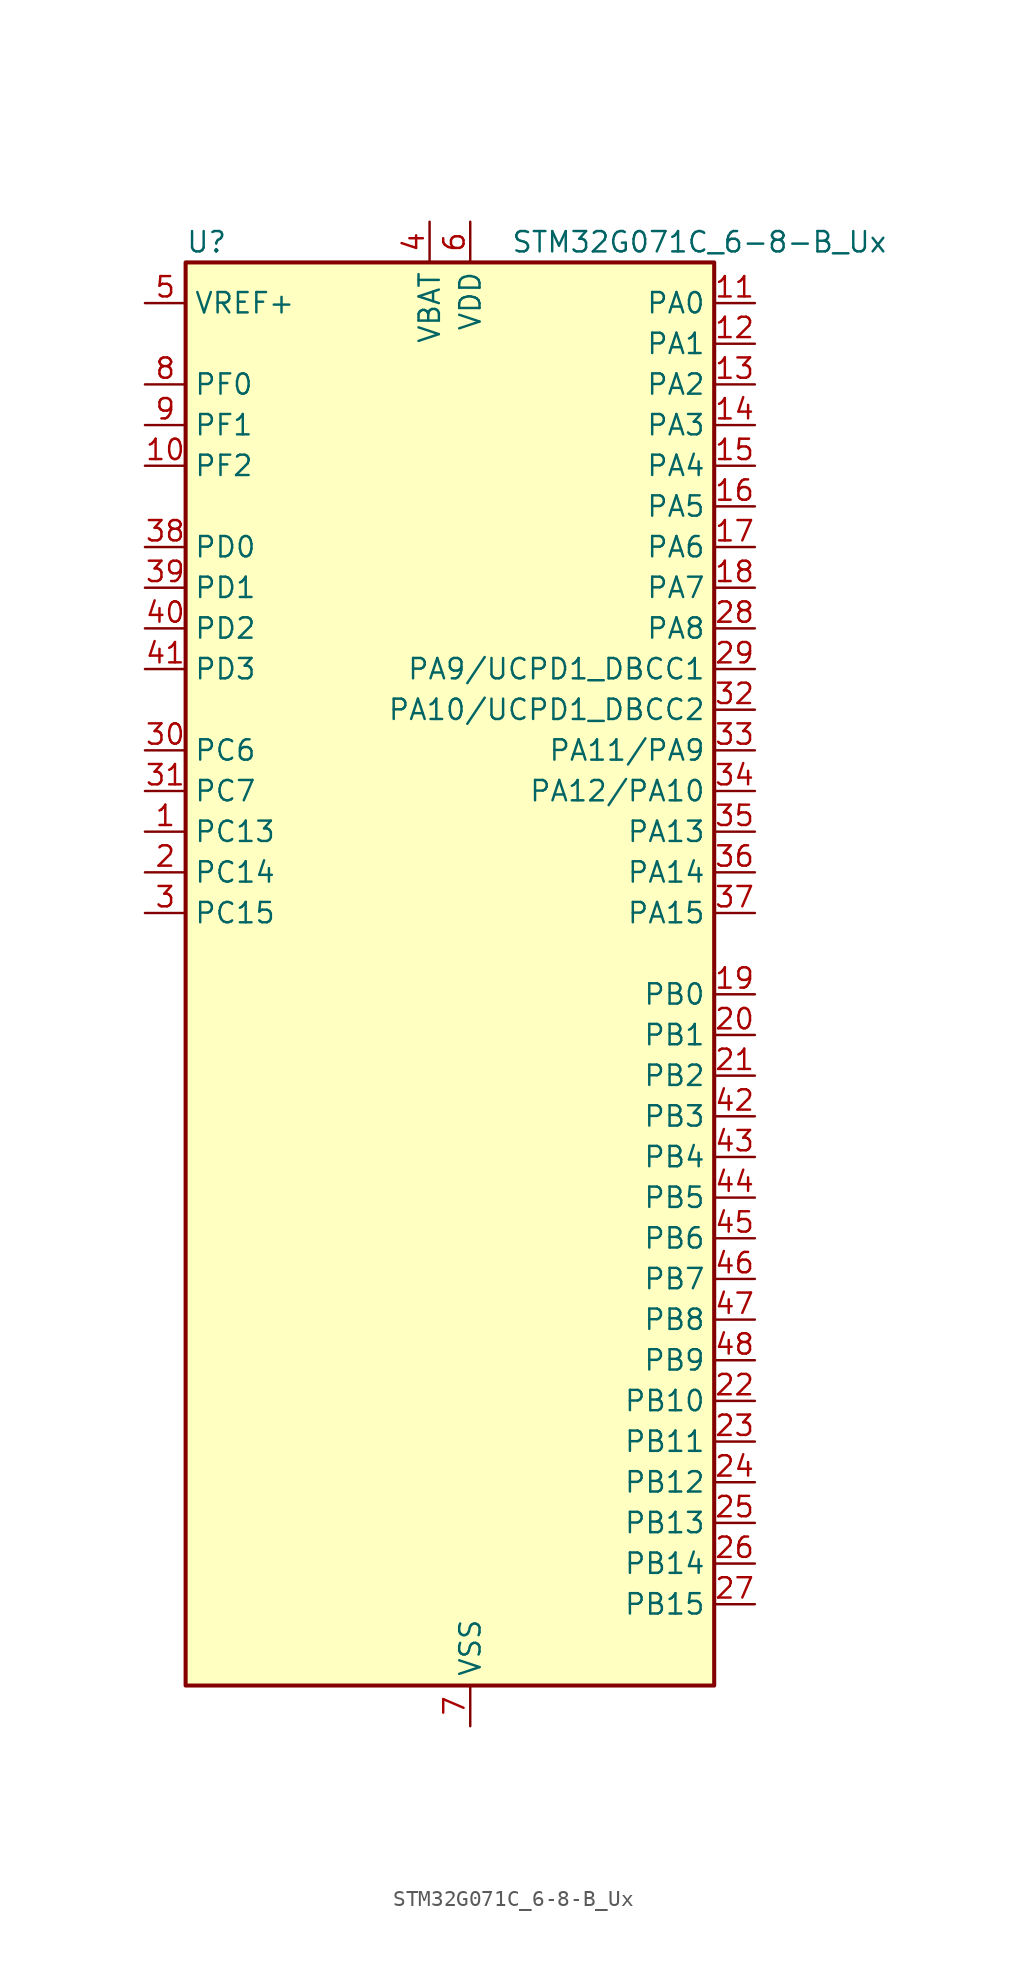
<source format=kicad_sym>
(kicad_symbol_lib
  (version 20211014)
  (generator kicad-library-utils)
  (symbol "STM32G071C_6-8-B_Ux"
    (property "Reference" "U"
      (at -15.24 46.99 0)
      (effects (font (size 1.27 1.27)) (justify left)))
    (property "Value" "STM32G071C_6-8-B_Ux"
      (at 5.08 46.99 0)
      (effects (font (size 1.27 1.27)) (justify left)))
    (property "ki_fp_filters" "QFN*1EP*7x7mm*P0.5mm*"
      (at 0.0 0.0 0.0)
      (effects (font (size 1.27 1.27))))
    (symbol "STM32G071C_6-8-B_Ux_0_1"
      (rectangle (start -15.24 -43.18) (end 17.78 45.72) (stroke (width 0.254)) (fill (type background))))
    (symbol "STM32G071C_6-8-B_Ux_1_1"
      (pin input line (at -17.78 43.18 0) (length 2.54) (name "VREF+" (effects (font (size 1.27 1.27)))) (number "5" (effects (font (size 1.27 1.27)))) (alternate "VREFBUF_OUT" bidirectional line))
      (pin bidirectional line (at -17.78 38.1 0) (length 2.54) (name "PF0" (effects (font (size 1.27 1.27)))) (number "8" (effects (font (size 1.27 1.27)))) (alternate "RCC_OSC_IN" bidirectional line) (alternate "TIM14_CH1" bidirectional line))
      (pin bidirectional line (at -17.78 35.56 0) (length 2.54) (name "PF1" (effects (font (size 1.27 1.27)))) (number "9" (effects (font (size 1.27 1.27)))) (alternate "RCC_OSC_EN" bidirectional line) (alternate "RCC_OSC_OUT" bidirectional line) (alternate "TIM15_CH1N" bidirectional line))
      (pin bidirectional line (at -17.78 33.02 0) (length 2.54) (name "PF2" (effects (font (size 1.27 1.27)))) (number "10" (effects (font (size 1.27 1.27)))) (alternate "RCC_MCO" bidirectional line))
      (pin bidirectional line (at -17.78 27.94 0) (length 2.54) (name "PD0" (effects (font (size 1.27 1.27)))) (number "38" (effects (font (size 1.27 1.27)))) (alternate "SPI2_NSS" bidirectional line) (alternate "TIM16_CH1" bidirectional line) (alternate "UCPD2_CC1" bidirectional line))
      (pin bidirectional line (at -17.78 25.4 0) (length 2.54) (name "PD1" (effects (font (size 1.27 1.27)))) (number "39" (effects (font (size 1.27 1.27)))) (alternate "SPI2_SCK" bidirectional line) (alternate "TIM17_CH1" bidirectional line) (alternate "UCPD2_DBCC1" bidirectional line))
      (pin bidirectional line (at -17.78 22.86 0) (length 2.54) (name "PD2" (effects (font (size 1.27 1.27)))) (number "40" (effects (font (size 1.27 1.27)))) (alternate "TIM1_CH1N" bidirectional line) (alternate "TIM3_ETR" bidirectional line) (alternate "UCPD2_CC2" bidirectional line) (alternate "USART3_CK" bidirectional line) (alternate "USART3_DE" bidirectional line) (alternate "USART3_RTS" bidirectional line))
      (pin bidirectional line (at -17.78 20.32 0) (length 2.54) (name "PD3" (effects (font (size 1.27 1.27)))) (number "41" (effects (font (size 1.27 1.27)))) (alternate "SPI2_MISO" bidirectional line) (alternate "TIM1_CH2N" bidirectional line) (alternate "UCPD2_DBCC2" bidirectional line) (alternate "USART2_CTS" bidirectional line) (alternate "USART2_NSS" bidirectional line))
      (pin bidirectional line (at -17.78 15.24 0) (length 2.54) (name "PC6" (effects (font (size 1.27 1.27)))) (number "30" (effects (font (size 1.27 1.27)))) (alternate "TIM2_CH3" bidirectional line) (alternate "TIM3_CH1" bidirectional line) (alternate "UCPD1_FRSTX1" bidirectional line) (alternate "UCPD1_FRSTX2" bidirectional line))
      (pin bidirectional line (at -17.78 12.7 0) (length 2.54) (name "PC7" (effects (font (size 1.27 1.27)))) (number "31" (effects (font (size 1.27 1.27)))) (alternate "TIM2_CH4" bidirectional line) (alternate "TIM3_CH2" bidirectional line) (alternate "UCPD2_FRSTX1" bidirectional line) (alternate "UCPD2_FRSTX2" bidirectional line))
      (pin bidirectional line (at -17.78 10.16 0) (length 2.54) (name "PC13" (effects (font (size 1.27 1.27)))) (number "1" (effects (font (size 1.27 1.27)))) (alternate "RTC_OUT_ALARM" bidirectional line) (alternate "RTC_OUT_CALIB" bidirectional line) (alternate "RTC_TAMP_IN1" bidirectional line) (alternate "RTC_TS" bidirectional line) (alternate "SYS_WKUP2" bidirectional line) (alternate "TIM1_BK" bidirectional line))
      (pin bidirectional line (at -17.78 7.62 0) (length 2.54) (name "PC14" (effects (font (size 1.27 1.27)))) (number "2" (effects (font (size 1.27 1.27)))) (alternate "RCC_OSC32_IN" bidirectional line) (alternate "TIM1_BK2" bidirectional line))
      (pin bidirectional line (at -17.78 5.08 0) (length 2.54) (name "PC15" (effects (font (size 1.27 1.27)))) (number "3" (effects (font (size 1.27 1.27)))) (alternate "RCC_OSC32_EN" bidirectional line) (alternate "RCC_OSC32_OUT" bidirectional line) (alternate "RCC_OSC_EN" bidirectional line) (alternate "TIM15_BK" bidirectional line))
      (pin bidirectional line (at 20.32 43.18 180) (length 2.54) (name "PA0" (effects (font (size 1.27 1.27)))) (number "11" (effects (font (size 1.27 1.27)))) (alternate "ADC1_IN0" bidirectional line) (alternate "COMP1_INM" bidirectional line) (alternate "COMP1_OUT" bidirectional line) (alternate "LPTIM1_OUT" bidirectional line) (alternate "RTC_TAMP_IN2" bidirectional line) (alternate "SPI2_SCK" bidirectional line) (alternate "SYS_WKUP1" bidirectional line) (alternate "TIM2_CH1" bidirectional line) (alternate "TIM2_ETR" bidirectional line) (alternate "UCPD2_FRSTX1" bidirectional line) (alternate "UCPD2_FRSTX2" bidirectional line) (alternate "USART2_CTS" bidirectional line) (alternate "USART2_NSS" bidirectional line) (alternate "USART4_TX" bidirectional line))
      (pin bidirectional line (at 20.32 40.64 180) (length 2.54) (name "PA1" (effects (font (size 1.27 1.27)))) (number "12" (effects (font (size 1.27 1.27)))) (alternate "ADC1_IN1" bidirectional line) (alternate "COMP1_INP" bidirectional line) (alternate "I2C1_SMBA" bidirectional line) (alternate "I2S1_CK" bidirectional line) (alternate "SPI1_SCK" bidirectional line) (alternate "TIM15_CH1N" bidirectional line) (alternate "TIM2_CH2" bidirectional line) (alternate "USART2_CK" bidirectional line) (alternate "USART2_DE" bidirectional line) (alternate "USART2_RTS" bidirectional line) (alternate "USART4_RX" bidirectional line))
      (pin bidirectional line (at 20.32 38.1 180) (length 2.54) (name "PA2" (effects (font (size 1.27 1.27)))) (number "13" (effects (font (size 1.27 1.27)))) (alternate "ADC1_IN2" bidirectional line) (alternate "COMP2_INM" bidirectional line) (alternate "COMP2_OUT" bidirectional line) (alternate "I2S1_SD" bidirectional line) (alternate "LPUART1_TX" bidirectional line) (alternate "RCC_LSCO" bidirectional line) (alternate "SPI1_MOSI" bidirectional line) (alternate "SYS_WKUP4" bidirectional line) (alternate "TIM15_CH1" bidirectional line) (alternate "TIM2_CH3" bidirectional line) (alternate "UCPD1_FRSTX1" bidirectional line) (alternate "UCPD1_FRSTX2" bidirectional line) (alternate "USART2_TX" bidirectional line))
      (pin bidirectional line (at 20.32 35.56 180) (length 2.54) (name "PA3" (effects (font (size 1.27 1.27)))) (number "14" (effects (font (size 1.27 1.27)))) (alternate "ADC1_IN3" bidirectional line) (alternate "COMP2_INP" bidirectional line) (alternate "LPUART1_RX" bidirectional line) (alternate "SPI2_MISO" bidirectional line) (alternate "TIM15_CH2" bidirectional line) (alternate "TIM2_CH4" bidirectional line) (alternate "UCPD2_FRSTX1" bidirectional line) (alternate "UCPD2_FRSTX2" bidirectional line) (alternate "USART2_RX" bidirectional line))
      (pin bidirectional line (at 20.32 33.02 180) (length 2.54) (name "PA4" (effects (font (size 1.27 1.27)))) (number "15" (effects (font (size 1.27 1.27)))) (alternate "ADC1_IN4" bidirectional line) (alternate "DAC1_OUT1" bidirectional line) (alternate "I2S1_WS" bidirectional line) (alternate "LPTIM2_OUT" bidirectional line) (alternate "RTC_OUT_ALARM" bidirectional line) (alternate "RTC_OUT_CALIB" bidirectional line) (alternate "SPI1_NSS" bidirectional line) (alternate "SPI2_MOSI" bidirectional line) (alternate "TIM14_CH1" bidirectional line) (alternate "UCPD2_FRSTX1" bidirectional line) (alternate "UCPD2_FRSTX2" bidirectional line))
      (pin bidirectional line (at 20.32 30.48 180) (length 2.54) (name "PA5" (effects (font (size 1.27 1.27)))) (number "16" (effects (font (size 1.27 1.27)))) (alternate "ADC1_IN5" bidirectional line) (alternate "CEC" bidirectional line) (alternate "DAC1_OUT2" bidirectional line) (alternate "I2S1_CK" bidirectional line) (alternate "LPTIM2_ETR" bidirectional line) (alternate "SPI1_SCK" bidirectional line) (alternate "TIM2_CH1" bidirectional line) (alternate "TIM2_ETR" bidirectional line) (alternate "UCPD1_FRSTX1" bidirectional line) (alternate "UCPD1_FRSTX2" bidirectional line) (alternate "USART3_TX" bidirectional line))
      (pin bidirectional line (at 20.32 27.94 180) (length 2.54) (name "PA6" (effects (font (size 1.27 1.27)))) (number "17" (effects (font (size 1.27 1.27)))) (alternate "ADC1_IN6" bidirectional line) (alternate "COMP1_OUT" bidirectional line) (alternate "I2S1_MCK" bidirectional line) (alternate "LPUART1_CTS" bidirectional line) (alternate "SPI1_MISO" bidirectional line) (alternate "TIM16_CH1" bidirectional line) (alternate "TIM1_BK" bidirectional line) (alternate "TIM3_CH1" bidirectional line) (alternate "USART3_CTS" bidirectional line) (alternate "USART3_NSS" bidirectional line))
      (pin bidirectional line (at 20.32 25.4 180) (length 2.54) (name "PA7" (effects (font (size 1.27 1.27)))) (number "18" (effects (font (size 1.27 1.27)))) (alternate "ADC1_IN7" bidirectional line) (alternate "COMP2_OUT" bidirectional line) (alternate "I2S1_SD" bidirectional line) (alternate "SPI1_MOSI" bidirectional line) (alternate "TIM14_CH1" bidirectional line) (alternate "TIM17_CH1" bidirectional line) (alternate "TIM1_CH1N" bidirectional line) (alternate "TIM3_CH2" bidirectional line) (alternate "UCPD1_FRSTX1" bidirectional line) (alternate "UCPD1_FRSTX2" bidirectional line))
      (pin bidirectional line (at 20.32 22.86 180) (length 2.54) (name "PA8" (effects (font (size 1.27 1.27)))) (number "28" (effects (font (size 1.27 1.27)))) (alternate "LPTIM2_OUT" bidirectional line) (alternate "RCC_MCO" bidirectional line) (alternate "SPI2_NSS" bidirectional line) (alternate "TIM1_CH1" bidirectional line) (alternate "UCPD1_CC1" bidirectional line))
      (pin bidirectional line (at 20.32 20.32 180) (length 2.54) (name "PA9/UCPD1_DBCC1" (effects (font (size 1.27 1.27)))) (number "29" (effects (font (size 1.27 1.27)))) (alternate "DAC1_EXTI9" bidirectional line) (alternate "I2C1_SCL" bidirectional line) (alternate "RCC_MCO" bidirectional line) (alternate "SPI2_MISO" bidirectional line) (alternate "TIM15_BK" bidirectional line) (alternate "TIM1_CH2" bidirectional line) (alternate "UCPD1_DBCC1" bidirectional line) (alternate "USART1_TX" bidirectional line))
      (pin bidirectional line (at 20.32 17.78 180) (length 2.54) (name "PA10/UCPD1_DBCC2" (effects (font (size 1.27 1.27)))) (number "32" (effects (font (size 1.27 1.27)))) (alternate "I2C1_SDA" bidirectional line) (alternate "SPI2_MOSI" bidirectional line) (alternate "TIM17_BK" bidirectional line) (alternate "TIM1_CH3" bidirectional line) (alternate "UCPD1_DBCC2" bidirectional line) (alternate "USART1_RX" bidirectional line))
      (pin bidirectional line (at 20.32 15.24 180) (length 2.54) (name "PA11/PA9" (effects (font (size 1.27 1.27)))) (number "33" (effects (font (size 1.27 1.27)))) (alternate "ADC1_EXTI11" bidirectional line) (alternate "COMP1_OUT" bidirectional line) (alternate "I2C2_SCL" bidirectional line) (alternate "I2S1_MCK" bidirectional line) (alternate "SPI1_MISO" bidirectional line) (alternate "TIM1_BK2" bidirectional line) (alternate "TIM1_CH4" bidirectional line) (alternate "USART1_CTS" bidirectional line) (alternate "USART1_NSS" bidirectional line))
      (pin bidirectional line (at 20.32 12.7 180) (length 2.54) (name "PA12/PA10" (effects (font (size 1.27 1.27)))) (number "34" (effects (font (size 1.27 1.27)))) (alternate "COMP2_OUT" bidirectional line) (alternate "I2C2_SDA" bidirectional line) (alternate "I2S1_SD" bidirectional line) (alternate "I2S_CKIN" bidirectional line) (alternate "SPI1_MOSI" bidirectional line) (alternate "TIM1_ETR" bidirectional line) (alternate "USART1_CK" bidirectional line) (alternate "USART1_DE" bidirectional line) (alternate "USART1_RTS" bidirectional line))
      (pin bidirectional line (at 20.32 10.16 180) (length 2.54) (name "PA13" (effects (font (size 1.27 1.27)))) (number "35" (effects (font (size 1.27 1.27)))) (alternate "IR_OUT" bidirectional line) (alternate "SYS_SWDIO" bidirectional line))
      (pin bidirectional line (at 20.32 7.62 180) (length 2.54) (name "PA14" (effects (font (size 1.27 1.27)))) (number "36" (effects (font (size 1.27 1.27)))) (alternate "SYS_SWCLK" bidirectional line) (alternate "USART2_TX" bidirectional line))
      (pin bidirectional line (at 20.32 5.08 180) (length 2.54) (name "PA15" (effects (font (size 1.27 1.27)))) (number "37" (effects (font (size 1.27 1.27)))) (alternate "I2S1_WS" bidirectional line) (alternate "SPI1_NSS" bidirectional line) (alternate "TIM2_CH1" bidirectional line) (alternate "TIM2_ETR" bidirectional line) (alternate "USART2_RX" bidirectional line) (alternate "USART3_CK" bidirectional line) (alternate "USART3_DE" bidirectional line) (alternate "USART3_RTS" bidirectional line) (alternate "USART4_CK" bidirectional line) (alternate "USART4_DE" bidirectional line) (alternate "USART4_RTS" bidirectional line))
      (pin bidirectional line (at 20.32 0.0 180) (length 2.54) (name "PB0" (effects (font (size 1.27 1.27)))) (number "19" (effects (font (size 1.27 1.27)))) (alternate "ADC1_IN8" bidirectional line) (alternate "COMP1_OUT" bidirectional line) (alternate "I2S1_WS" bidirectional line) (alternate "LPTIM1_OUT" bidirectional line) (alternate "SPI1_NSS" bidirectional line) (alternate "TIM1_CH2N" bidirectional line) (alternate "TIM3_CH3" bidirectional line) (alternate "UCPD1_FRSTX1" bidirectional line) (alternate "UCPD1_FRSTX2" bidirectional line) (alternate "USART3_RX" bidirectional line))
      (pin bidirectional line (at 20.32 -2.54 180) (length 2.54) (name "PB1" (effects (font (size 1.27 1.27)))) (number "20" (effects (font (size 1.27 1.27)))) (alternate "ADC1_IN9" bidirectional line) (alternate "COMP1_INM" bidirectional line) (alternate "LPTIM2_IN1" bidirectional line) (alternate "LPUART1_DE" bidirectional line) (alternate "LPUART1_RTS" bidirectional line) (alternate "TIM14_CH1" bidirectional line) (alternate "TIM1_CH3N" bidirectional line) (alternate "TIM3_CH4" bidirectional line) (alternate "USART3_CK" bidirectional line) (alternate "USART3_DE" bidirectional line) (alternate "USART3_RTS" bidirectional line))
      (pin bidirectional line (at 20.32 -5.08 180) (length 2.54) (name "PB2" (effects (font (size 1.27 1.27)))) (number "21" (effects (font (size 1.27 1.27)))) (alternate "ADC1_IN10" bidirectional line) (alternate "COMP1_INP" bidirectional line) (alternate "LPTIM1_OUT" bidirectional line) (alternate "SPI2_MISO" bidirectional line) (alternate "USART3_TX" bidirectional line))
      (pin bidirectional line (at 20.32 -7.62 180) (length 2.54) (name "PB3" (effects (font (size 1.27 1.27)))) (number "42" (effects (font (size 1.27 1.27)))) (alternate "COMP2_INM" bidirectional line) (alternate "I2S1_CK" bidirectional line) (alternate "SPI1_SCK" bidirectional line) (alternate "TIM1_CH2" bidirectional line) (alternate "TIM2_CH2" bidirectional line) (alternate "USART1_CK" bidirectional line) (alternate "USART1_DE" bidirectional line) (alternate "USART1_RTS" bidirectional line))
      (pin bidirectional line (at 20.32 -10.16 180) (length 2.54) (name "PB4" (effects (font (size 1.27 1.27)))) (number "43" (effects (font (size 1.27 1.27)))) (alternate "COMP2_INP" bidirectional line) (alternate "I2S1_MCK" bidirectional line) (alternate "SPI1_MISO" bidirectional line) (alternate "TIM17_BK" bidirectional line) (alternate "TIM3_CH1" bidirectional line) (alternate "USART1_CTS" bidirectional line) (alternate "USART1_NSS" bidirectional line))
      (pin bidirectional line (at 20.32 -12.7 180) (length 2.54) (name "PB5" (effects (font (size 1.27 1.27)))) (number "44" (effects (font (size 1.27 1.27)))) (alternate "COMP2_OUT" bidirectional line) (alternate "I2C1_SMBA" bidirectional line) (alternate "I2S1_SD" bidirectional line) (alternate "LPTIM1_IN1" bidirectional line) (alternate "SPI1_MOSI" bidirectional line) (alternate "SYS_WKUP6" bidirectional line) (alternate "TIM16_BK" bidirectional line) (alternate "TIM3_CH2" bidirectional line))
      (pin bidirectional line (at 20.32 -15.24 180) (length 2.54) (name "PB6" (effects (font (size 1.27 1.27)))) (number "45" (effects (font (size 1.27 1.27)))) (alternate "COMP2_INP" bidirectional line) (alternate "I2C1_SCL" bidirectional line) (alternate "LPTIM1_ETR" bidirectional line) (alternate "SPI2_MISO" bidirectional line) (alternate "TIM16_CH1N" bidirectional line) (alternate "TIM1_CH3" bidirectional line) (alternate "USART1_TX" bidirectional line))
      (pin bidirectional line (at 20.32 -17.78 180) (length 2.54) (name "PB7" (effects (font (size 1.27 1.27)))) (number "46" (effects (font (size 1.27 1.27)))) (alternate "COMP2_INM" bidirectional line) (alternate "I2C1_SDA" bidirectional line) (alternate "LPTIM1_IN2" bidirectional line) (alternate "SPI2_MOSI" bidirectional line) (alternate "SYS_PVD_IN" bidirectional line) (alternate "TIM17_CH1N" bidirectional line) (alternate "USART1_RX" bidirectional line) (alternate "USART4_CTS" bidirectional line) (alternate "USART4_NSS" bidirectional line))
      (pin bidirectional line (at 20.32 -20.32 180) (length 2.54) (name "PB8" (effects (font (size 1.27 1.27)))) (number "47" (effects (font (size 1.27 1.27)))) (alternate "CEC" bidirectional line) (alternate "I2C1_SCL" bidirectional line) (alternate "SPI2_SCK" bidirectional line) (alternate "TIM15_BK" bidirectional line) (alternate "TIM16_CH1" bidirectional line) (alternate "USART3_TX" bidirectional line))
      (pin bidirectional line (at 20.32 -22.86 180) (length 2.54) (name "PB9" (effects (font (size 1.27 1.27)))) (number "48" (effects (font (size 1.27 1.27)))) (alternate "DAC1_EXTI9" bidirectional line) (alternate "I2C1_SDA" bidirectional line) (alternate "IR_OUT" bidirectional line) (alternate "SPI2_NSS" bidirectional line) (alternate "TIM17_CH1" bidirectional line) (alternate "UCPD2_FRSTX1" bidirectional line) (alternate "UCPD2_FRSTX2" bidirectional line) (alternate "USART3_RX" bidirectional line))
      (pin bidirectional line (at 20.32 -25.4 180) (length 2.54) (name "PB10" (effects (font (size 1.27 1.27)))) (number "22" (effects (font (size 1.27 1.27)))) (alternate "ADC1_IN11" bidirectional line) (alternate "CEC" bidirectional line) (alternate "COMP1_OUT" bidirectional line) (alternate "I2C2_SCL" bidirectional line) (alternate "LPUART1_RX" bidirectional line) (alternate "SPI2_SCK" bidirectional line) (alternate "TIM2_CH3" bidirectional line) (alternate "USART3_TX" bidirectional line))
      (pin bidirectional line (at 20.32 -27.94 180) (length 2.54) (name "PB11" (effects (font (size 1.27 1.27)))) (number "23" (effects (font (size 1.27 1.27)))) (alternate "ADC1_EXTI11" bidirectional line) (alternate "ADC1_IN15" bidirectional line) (alternate "COMP2_OUT" bidirectional line) (alternate "I2C2_SDA" bidirectional line) (alternate "LPUART1_TX" bidirectional line) (alternate "SPI2_MOSI" bidirectional line) (alternate "TIM2_CH4" bidirectional line) (alternate "USART3_RX" bidirectional line))
      (pin bidirectional line (at 20.32 -30.48 180) (length 2.54) (name "PB12" (effects (font (size 1.27 1.27)))) (number "24" (effects (font (size 1.27 1.27)))) (alternate "ADC1_IN16" bidirectional line) (alternate "LPUART1_DE" bidirectional line) (alternate "LPUART1_RTS" bidirectional line) (alternate "SPI2_NSS" bidirectional line) (alternate "TIM15_BK" bidirectional line) (alternate "TIM1_BK" bidirectional line) (alternate "UCPD2_FRSTX1" bidirectional line) (alternate "UCPD2_FRSTX2" bidirectional line))
      (pin bidirectional line (at 20.32 -33.02 180) (length 2.54) (name "PB13" (effects (font (size 1.27 1.27)))) (number "25" (effects (font (size 1.27 1.27)))) (alternate "I2C2_SCL" bidirectional line) (alternate "LPUART1_CTS" bidirectional line) (alternate "SPI2_SCK" bidirectional line) (alternate "TIM15_CH1N" bidirectional line) (alternate "TIM1_CH1N" bidirectional line) (alternate "USART3_CTS" bidirectional line) (alternate "USART3_NSS" bidirectional line))
      (pin bidirectional line (at 20.32 -35.56 180) (length 2.54) (name "PB14" (effects (font (size 1.27 1.27)))) (number "26" (effects (font (size 1.27 1.27)))) (alternate "I2C2_SDA" bidirectional line) (alternate "SPI2_MISO" bidirectional line) (alternate "TIM15_CH1" bidirectional line) (alternate "TIM1_CH2N" bidirectional line) (alternate "UCPD1_FRSTX1" bidirectional line) (alternate "UCPD1_FRSTX2" bidirectional line) (alternate "USART3_CK" bidirectional line) (alternate "USART3_DE" bidirectional line) (alternate "USART3_RTS" bidirectional line))
      (pin bidirectional line (at 20.32 -38.1 180) (length 2.54) (name "PB15" (effects (font (size 1.27 1.27)))) (number "27" (effects (font (size 1.27 1.27)))) (alternate "RTC_REFIN" bidirectional line) (alternate "SPI2_MOSI" bidirectional line) (alternate "TIM15_CH1N" bidirectional line) (alternate "TIM15_CH2" bidirectional line) (alternate "TIM1_CH3N" bidirectional line) (alternate "UCPD1_CC2" bidirectional line))
      (pin power_in line (at 0.0 48.26 270) (length 2.54) (name "VBAT" (effects (font (size 1.27 1.27)))) (number "4" (effects (font (size 1.27 1.27)))))
      (pin power_in line (at 2.54 48.26 270) (length 2.54) (name "VDD" (effects (font (size 1.27 1.27)))) (number "6" (effects (font (size 1.27 1.27)))))
      (pin power_in line (at 2.54 -45.72 90) (length 2.54) (name "VSS" (effects (font (size 1.27 1.27)))) (number "7" (effects (font (size 1.27 1.27)))))
      (pin passive line (at 2.54 -45.72 90) (length 2.54) hide (name "VSS" (effects (font (size 1.27 1.27)))) (number "49" (effects (font (size 1.27 1.27))))))))
</source>
